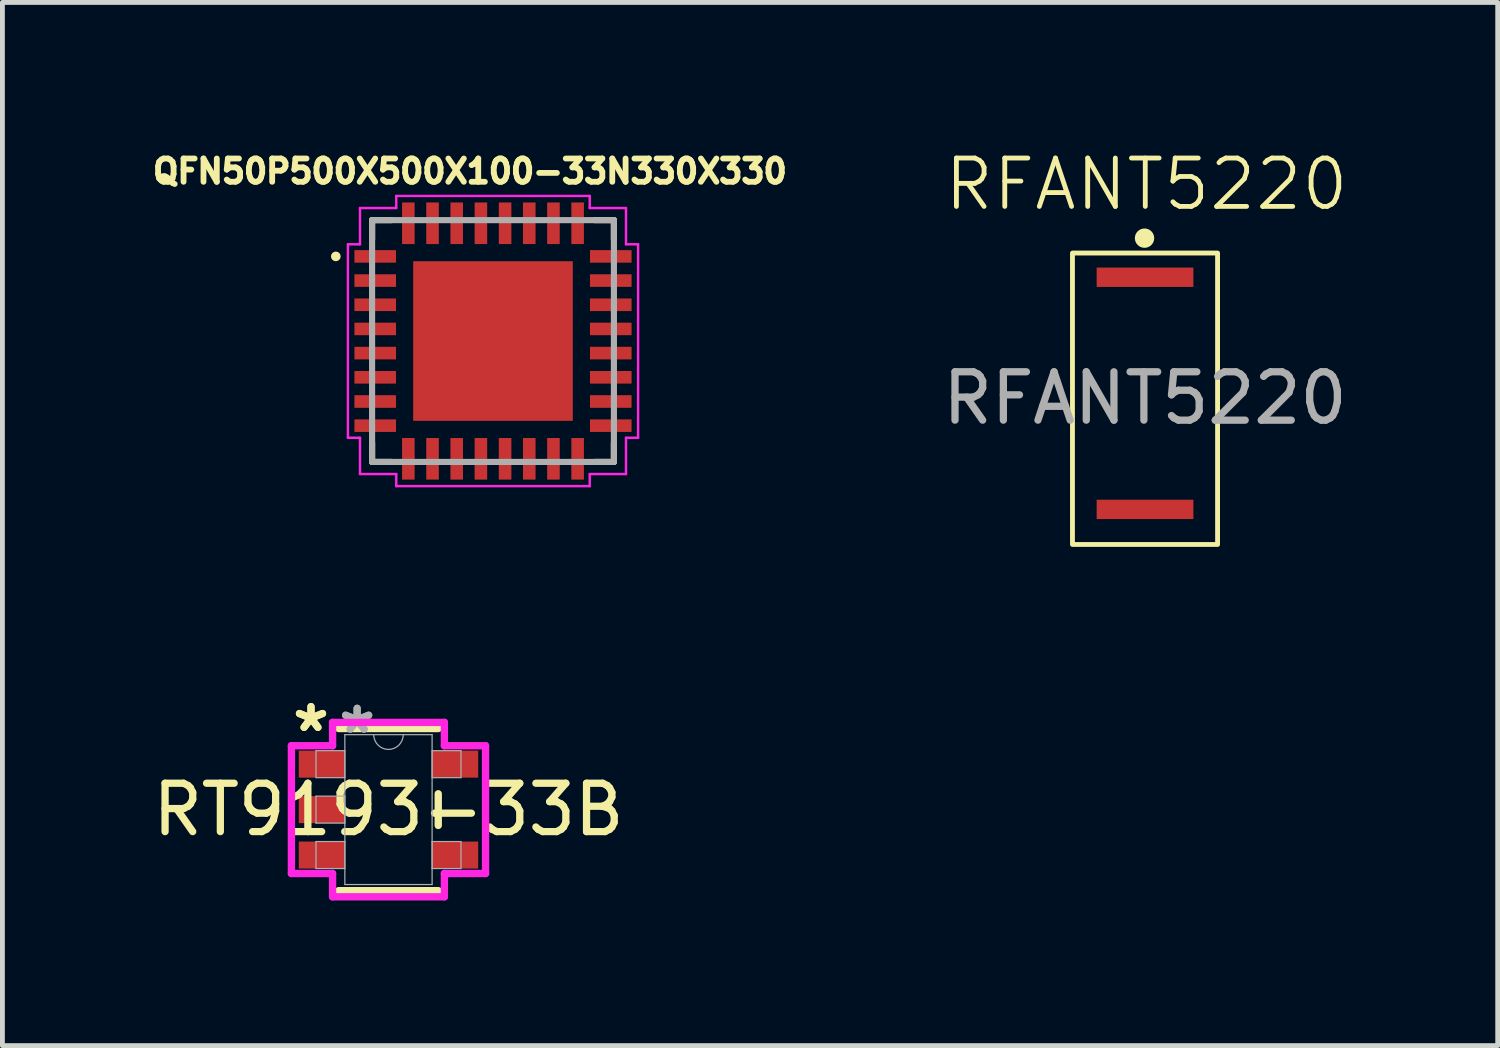
<source format=kicad_pcb>
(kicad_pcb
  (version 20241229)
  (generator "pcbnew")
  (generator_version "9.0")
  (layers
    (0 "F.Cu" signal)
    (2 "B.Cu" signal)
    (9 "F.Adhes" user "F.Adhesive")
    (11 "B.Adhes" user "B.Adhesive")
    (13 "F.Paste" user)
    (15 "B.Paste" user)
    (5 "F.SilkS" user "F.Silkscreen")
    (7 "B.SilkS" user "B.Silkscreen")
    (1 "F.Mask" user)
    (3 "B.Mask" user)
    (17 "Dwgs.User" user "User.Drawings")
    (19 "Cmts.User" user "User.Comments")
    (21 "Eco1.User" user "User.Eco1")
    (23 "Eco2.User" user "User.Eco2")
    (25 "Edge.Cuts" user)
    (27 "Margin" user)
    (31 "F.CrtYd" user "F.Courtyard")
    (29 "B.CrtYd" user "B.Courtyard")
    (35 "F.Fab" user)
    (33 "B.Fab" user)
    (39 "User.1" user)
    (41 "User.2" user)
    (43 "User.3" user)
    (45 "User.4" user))
  (footprint "RT9193-33B"
    (layer "F.Cu")
    (at 4.982 13.689)
    (property "Reference" "RT9193-33B" (at 0 0 0) (unlocked yes) (layer "F.SilkS") (effects (font (size 1 1) (thickness 0.15))))
    (attr smd)
    (fp_line (start -1.029 1.676) (end 1.029 1.676) (stroke (width 0.152) (type solid)) (layer "F.SilkS"))
    (fp_line (start 1.029 -1.676) (end -1.029 -1.676) (stroke (width 0.152) (type solid)) (layer "F.SilkS"))
    (fp_line (start 1.029 0.327) (end 1.029 -0.327) (stroke (width 0.152) (type solid)) (layer "F.SilkS"))
    (fp_line (start -2.007 -1.321) (end -1.156 -1.321) (stroke (width 0.152) (type solid)) (layer "F.CrtYd"))
    (fp_line (start -2.007 1.321) (end -2.007 -1.321) (stroke (width 0.152) (type solid)) (layer "F.CrtYd"))
    (fp_line (start -1.156 -1.803) (end 1.156 -1.803) (stroke (width 0.152) (type solid)) (layer "F.CrtYd"))
    (fp_line (start -1.156 -1.321) (end -1.156 -1.803) (stroke (width 0.152) (type solid)) (layer "F.CrtYd"))
    (fp_line (start -1.156 1.321) (end -2.007 1.321) (stroke (width 0.152) (type solid)) (layer "F.CrtYd"))
    (fp_line (start -1.156 1.803) (end -1.156 1.321) (stroke (width 0.152) (type solid)) (layer "F.CrtYd"))
    (fp_line (start 1.156 -1.803) (end 1.156 -1.321) (stroke (width 0.152) (type solid)) (layer "F.CrtYd"))
    (fp_line (start 1.156 -1.321) (end 2.007 -1.321) (stroke (width 0.152) (type solid)) (layer "F.CrtYd"))
    (fp_line (start 1.156 1.321) (end 1.156 1.803) (stroke (width 0.152) (type solid)) (layer "F.CrtYd"))
    (fp_line (start 1.156 1.803) (end -1.156 1.803) (stroke (width 0.152) (type solid)) (layer "F.CrtYd"))
    (fp_line (start 2.007 -1.321) (end 2.007 1.321) (stroke (width 0.152) (type solid)) (layer "F.CrtYd"))
    (fp_line (start 2.007 1.321) (end 1.156 1.321) (stroke (width 0.152) (type solid)) (layer "F.CrtYd"))
    (fp_line (start -1.499 -1.219) (end -1.499 -0.66) (stroke (width 0.025) (type solid)) (layer "F.Fab"))
    (fp_line (start -1.499 -0.66) (end -0.902 -0.66) (stroke (width 0.025) (type solid)) (layer "F.Fab"))
    (fp_line (start -1.499 -0.279) (end -1.499 0.279) (stroke (width 0.025) (type solid)) (layer "F.Fab"))
    (fp_line (start -1.499 0.279) (end -0.902 0.279) (stroke (width 0.025) (type solid)) (layer "F.Fab"))
    (fp_line (start -1.499 0.66) (end -1.499 1.219) (stroke (width 0.025) (type solid)) (layer "F.Fab"))
    (fp_line (start -1.499 1.219) (end -0.902 1.219) (stroke (width 0.025) (type solid)) (layer "F.Fab"))
    (fp_line (start -0.902 -1.549) (end -0.902 1.549) (stroke (width 0.025) (type solid)) (layer "F.Fab"))
    (fp_line (start -0.902 -1.219) (end -1.499 -1.219) (stroke (width 0.025) (type solid)) (layer "F.Fab"))
    (fp_line (start -0.902 -0.66) (end -0.902 -1.219) (stroke (width 0.025) (type solid)) (layer "F.Fab"))
    (fp_line (start -0.902 -0.279) (end -1.499 -0.279) (stroke (width 0.025) (type solid)) (layer "F.Fab"))
    (fp_line (start -0.902 0.279) (end -0.902 -0.279) (stroke (width 0.025) (type solid)) (layer "F.Fab"))
    (fp_line (start -0.902 0.66) (end -1.499 0.66) (stroke (width 0.025) (type solid)) (layer "F.Fab"))
    (fp_line (start -0.902 1.219) (end -0.902 0.66) (stroke (width 0.025) (type solid)) (layer "F.Fab"))
    (fp_line (start -0.902 1.549) (end 0.902 1.549) (stroke (width 0.025) (type solid)) (layer "F.Fab"))
    (fp_line (start 0.902 -1.549) (end -0.902 -1.549) (stroke (width 0.025) (type solid)) (layer "F.Fab"))
    (fp_line (start 0.902 -1.219) (end 0.902 -0.66) (stroke (width 0.025) (type solid)) (layer "F.Fab"))
    (fp_line (start 0.902 -0.66) (end 1.499 -0.66) (stroke (width 0.025) (type solid)) (layer "F.Fab"))
    (fp_line (start 0.902 0.66) (end 0.902 1.219) (stroke (width 0.025) (type solid)) (layer "F.Fab"))
    (fp_line (start 0.902 1.219) (end 1.499 1.219) (stroke (width 0.025) (type solid)) (layer "F.Fab"))
    (fp_line (start 0.902 1.549) (end 0.902 -1.549) (stroke (width 0.025) (type solid)) (layer "F.Fab"))
    (fp_line (start 1.499 -1.219) (end 0.902 -1.219) (stroke (width 0.025) (type solid)) (layer "F.Fab"))
    (fp_line (start 1.499 -0.66) (end 1.499 -1.219) (stroke (width 0.025) (type solid)) (layer "F.Fab"))
    (fp_line (start 1.499 0.66) (end 0.902 0.66) (stroke (width 0.025) (type solid)) (layer "F.Fab"))
    (fp_line (start 1.499 1.219) (end 1.499 0.66) (stroke (width 0.025) (type solid)) (layer "F.Fab"))
    (fp_arc (start 0.3048 -1.5494) (mid 0 -1.2446) (end -0.3048 -1.5494) (stroke (width 0.0254) (type solid)) (layer "F.Fab"))
    (fp_text user "*" (at -1.602 -1.584 0) (layer "F.SilkS") (effects (font (size 1 1) (thickness 0.15))))
    (fp_text user "*" (at -1.602 -1.584 0) (unlocked yes) (layer "F.SilkS") (effects (font (size 1 1) (thickness 0.15))))
    (fp_text user "*" (at -0.648 -1.549 0) (unlocked yes) (layer "F.Fab") (effects (font (size 1 1) (thickness 0.15))))
    (fp_text user "*" (at -0.648 -1.549 0) (layer "F.Fab") (effects (font (size 1 1) (thickness 0.15))))
    (pad "1" smd rect (at -1.378 -0.94) (size 0.953 0.559) (layers "F.Cu" "F.Mask" "F.Paste"))
    (pad "2" smd rect (at -1.378 0) (size 0.953 0.559) (layers "F.Cu" "F.Mask" "F.Paste"))
    (pad "3" smd rect (at -1.378 0.94) (size 0.953 0.559) (layers "F.Cu" "F.Mask" "F.Paste"))
    (pad "4" smd rect (at 1.378 0.94) (size 0.953 0.559) (layers "F.Cu" "F.Mask" "F.Paste"))
    (pad "5" smd rect (at 1.378 -0.94) (size 0.953 0.559) (layers "F.Cu" "F.Mask" "F.Paste")))
  (footprint "RFANT5220"
    (layer "F.Cu")
    (at 20.624 2.682)
    (property "Reference" "RFANT5220" (at 0.029 -1.922 0) (unlocked yes) (layer "F.SilkS") (effects (font (size 1 1) (thickness 0.1))))
    (attr smd)
    (fp_line (start -1 4.6) (end -1 0.2) (stroke (width 0.2) (type default)) (layer "F.Mask"))
    (fp_line (start 1 0.2) (end 1 4.6) (stroke (width 0.2) (type default)) (layer "F.Mask"))
    (fp_rect (start -1.5 -0.5) (end 1.5 5.525) (stroke (width 0.1) (type default)) (fill no) (layer "F.SilkS"))
    (fp_circle (center -0.01 -0.808) (end -0.01 -0.808) (stroke (width 0.2) (type default)) (fill no) (layer "F.SilkS"))
    (fp_text user "${REFERENCE}" (at 0 2.5 0) (unlocked yes) (layer "F.Fab") (effects (font (size 1 1) (thickness 0.15))))
    (pad "1" smd rect (at 0 0) (size 2 0.4) (layers "F.Cu" "F.Mask" "F.Paste"))
    (pad "2" smd rect (at 0 4.8) (size 2 0.4) (layers "F.Cu" "F.Mask" "F.Paste")))
  (footprint "QFN50P500X500X100-33N330X330"
    (layer "F.Cu")
    (at 7.143 4.001)
    (property "Reference" "QFN50P500X500X100-33N330X330" (at -0.477 -3.509 0) (layer "F.SilkS") (effects (font (size 0.481 0.481) (thickness 0.15))))
    (attr smd)
    (fp_line (start -2.5 -2.5) (end -2.1 -2.5) (stroke (width 0.127) (type solid)) (layer "F.SilkS"))
    (fp_line (start -2.5 -2.1) (end -2.5 -2.5) (stroke (width 0.127) (type solid)) (layer "F.SilkS"))
    (fp_line (start -2.5 2.5) (end -2.5 2.1) (stroke (width 0.127) (type solid)) (layer "F.SilkS"))
    (fp_line (start -2.1 2.5) (end -2.5 2.5) (stroke (width 0.127) (type solid)) (layer "F.SilkS"))
    (fp_line (start 2.1 -2.5) (end 2.5 -2.5) (stroke (width 0.127) (type solid)) (layer "F.SilkS"))
    (fp_line (start 2.5 -2.5) (end 2.5 -2.1) (stroke (width 0.127) (type solid)) (layer "F.SilkS"))
    (fp_line (start 2.5 2.1) (end 2.5 2.5) (stroke (width 0.127) (type solid)) (layer "F.SilkS"))
    (fp_line (start 2.5 2.5) (end 2.1 2.5) (stroke (width 0.127) (type solid)) (layer "F.SilkS"))
    (fp_circle (center -3.25 -1.75) (end -3.2 -1.75) (stroke (width 0.1) (type solid)) (fill no) (layer "F.SilkS"))
    (fp_poly (pts (xy -1.332 0.16) (xy -0.16 0.16) (xy -0.16 1.332) (xy -1.332 1.332)) (stroke (width 0.01) (type solid)) (fill yes) (layer "F.Paste"))
    (fp_poly (pts (xy -1.331 -1.33) (xy -0.16 -1.33) (xy -0.16 -0.16) (xy -1.331 -0.16)) (stroke (width 0.01) (type solid)) (fill yes) (layer "F.Paste"))
    (fp_poly (pts (xy 0.16 -1.33) (xy 1.33 -1.33) (xy 1.33 -0.16) (xy 0.16 -0.16)) (stroke (width 0.01) (type solid)) (fill yes) (layer "F.Paste"))
    (fp_poly (pts (xy 0.16 0.16) (xy 1.33 0.16) (xy 1.33 1.332) (xy 0.16 1.332)) (stroke (width 0.01) (type solid)) (fill yes) (layer "F.Paste"))
    (fp_line (start -3 -2) (end -2.75 -2) (stroke (width 0.05) (type solid)) (layer "F.CrtYd"))
    (fp_line (start -3 2) (end -3 -2) (stroke (width 0.05) (type solid)) (layer "F.CrtYd"))
    (fp_line (start -2.75 -2.75) (end -2 -2.75) (stroke (width 0.05) (type solid)) (layer "F.CrtYd"))
    (fp_line (start -2.75 -2) (end -2.75 -2.75) (stroke (width 0.05) (type solid)) (layer "F.CrtYd"))
    (fp_line (start -2.75 2) (end -3 2) (stroke (width 0.05) (type solid)) (layer "F.CrtYd"))
    (fp_line (start -2.75 2.75) (end -2.75 2) (stroke (width 0.05) (type solid)) (layer "F.CrtYd"))
    (fp_line (start -2 -3) (end 2 -3) (stroke (width 0.05) (type solid)) (layer "F.CrtYd"))
    (fp_line (start -2 -2.75) (end -2 -3) (stroke (width 0.05) (type solid)) (layer "F.CrtYd"))
    (fp_line (start -2 2.75) (end -2.75 2.75) (stroke (width 0.05) (type solid)) (layer "F.CrtYd"))
    (fp_line (start -2 3) (end -2 2.75) (stroke (width 0.05) (type solid)) (layer "F.CrtYd"))
    (fp_line (start 2 -3) (end 2 -2.75) (stroke (width 0.05) (type solid)) (layer "F.CrtYd"))
    (fp_line (start 2 -2.75) (end 2.75 -2.75) (stroke (width 0.05) (type solid)) (layer "F.CrtYd"))
    (fp_line (start 2 2.75) (end 2 3) (stroke (width 0.05) (type solid)) (layer "F.CrtYd"))
    (fp_line (start 2 3) (end -2 3) (stroke (width 0.05) (type solid)) (layer "F.CrtYd"))
    (fp_line (start 2.75 -2.75) (end 2.75 -2) (stroke (width 0.05) (type solid)) (layer "F.CrtYd"))
    (fp_line (start 2.75 -2) (end 3 -2) (stroke (width 0.05) (type solid)) (layer "F.CrtYd"))
    (fp_line (start 2.75 2) (end 2.75 2.75) (stroke (width 0.05) (type solid)) (layer "F.CrtYd"))
    (fp_line (start 2.75 2.75) (end 2 2.75) (stroke (width 0.05) (type solid)) (layer "F.CrtYd"))
    (fp_line (start 3 -2) (end 3 2) (stroke (width 0.05) (type solid)) (layer "F.CrtYd"))
    (fp_line (start 3 2) (end 2.75 2) (stroke (width 0.05) (type solid)) (layer "F.CrtYd"))
    (fp_line (start -2.5 -2.5) (end 2.5 -2.5) (stroke (width 0.127) (type solid)) (layer "F.Fab"))
    (fp_line (start -2.5 2.5) (end -2.5 -2.5) (stroke (width 0.127) (type solid)) (layer "F.Fab"))
    (fp_line (start 2.5 -2.5) (end 2.5 2.5) (stroke (width 0.127) (type solid)) (layer "F.Fab"))
    (fp_line (start 2.5 2.5) (end -2.5 2.5) (stroke (width 0.127) (type solid)) (layer "F.Fab"))
    (pad "1" smd roundrect (at -2.435 -1.75) (size 0.86 0.26) (layers "F.Cu" "F.Mask" "F.Paste") (roundrect_rratio 0.01))
    (pad "2" smd roundrect (at -2.435 -1.25) (size 0.86 0.26) (layers "F.Cu" "F.Mask" "F.Paste") (roundrect_rratio 0.01))
    (pad "3" smd roundrect (at -2.435 -0.75) (size 0.86 0.26) (layers "F.Cu" "F.Mask" "F.Paste") (roundrect_rratio 0.01))
    (pad "4" smd roundrect (at -2.435 -0.25) (size 0.86 0.26) (layers "F.Cu" "F.Mask" "F.Paste") (roundrect_rratio 0.01))
    (pad "5" smd roundrect (at -2.435 0.25) (size 0.86 0.26) (layers "F.Cu" "F.Mask" "F.Paste") (roundrect_rratio 0.01))
    (pad "6" smd roundrect (at -2.435 0.75) (size 0.86 0.26) (layers "F.Cu" "F.Mask" "F.Paste") (roundrect_rratio 0.01))
    (pad "7" smd roundrect (at -2.435 1.25) (size 0.86 0.26) (layers "F.Cu" "F.Mask" "F.Paste") (roundrect_rratio 0.01))
    (pad "8" smd roundrect (at -2.435 1.75) (size 0.86 0.26) (layers "F.Cu" "F.Mask" "F.Paste") (roundrect_rratio 0.01))
    (pad "9" smd roundrect (at -1.75 2.435 90) (size 0.86 0.26) (layers "F.Cu" "F.Mask" "F.Paste") (roundrect_rratio 0.01))
    (pad "10" smd roundrect (at -1.25 2.435 90) (size 0.86 0.26) (layers "F.Cu" "F.Mask" "F.Paste") (roundrect_rratio 0.01))
    (pad "11" smd roundrect (at -0.75 2.435 90) (size 0.86 0.26) (layers "F.Cu" "F.Mask" "F.Paste") (roundrect_rratio 0.01))
    (pad "12" smd roundrect (at -0.25 2.435 90) (size 0.86 0.26) (layers "F.Cu" "F.Mask" "F.Paste") (roundrect_rratio 0.01))
    (pad "13" smd roundrect (at 0.25 2.435 90) (size 0.86 0.26) (layers "F.Cu" "F.Mask" "F.Paste") (roundrect_rratio 0.01))
    (pad "14" smd roundrect (at 0.75 2.435 90) (size 0.86 0.26) (layers "F.Cu" "F.Mask" "F.Paste") (roundrect_rratio 0.01))
    (pad "15" smd roundrect (at 1.25 2.435 90) (size 0.86 0.26) (layers "F.Cu" "F.Mask" "F.Paste") (roundrect_rratio 0.01))
    (pad "16" smd roundrect (at 1.75 2.435 90) (size 0.86 0.26) (layers "F.Cu" "F.Mask" "F.Paste") (roundrect_rratio 0.01))
    (pad "17" smd roundrect (at 2.435 1.75 180) (size 0.86 0.26) (layers "F.Cu" "F.Mask" "F.Paste") (roundrect_rratio 0.01))
    (pad "18" smd roundrect (at 2.435 1.25 180) (size 0.86 0.26) (layers "F.Cu" "F.Mask" "F.Paste") (roundrect_rratio 0.01))
    (pad "19" smd roundrect (at 2.435 0.75 180) (size 0.86 0.26) (layers "F.Cu" "F.Mask" "F.Paste") (roundrect_rratio 0.01))
    (pad "20" smd roundrect (at 2.435 0.25 180) (size 0.86 0.26) (layers "F.Cu" "F.Mask" "F.Paste") (roundrect_rratio 0.01))
    (pad "21" smd roundrect (at 2.435 -0.25 180) (size 0.86 0.26) (layers "F.Cu" "F.Mask" "F.Paste") (roundrect_rratio 0.01))
    (pad "22" smd roundrect (at 2.435 -0.75 180) (size 0.86 0.26) (layers "F.Cu" "F.Mask" "F.Paste") (roundrect_rratio 0.01))
    (pad "23" smd roundrect (at 2.435 -1.25 180) (size 0.86 0.26) (layers "F.Cu" "F.Mask" "F.Paste") (roundrect_rratio 0.01))
    (pad "24" smd roundrect (at 2.435 -1.75 180) (size 0.86 0.26) (layers "F.Cu" "F.Mask" "F.Paste") (roundrect_rratio 0.01))
    (pad "25" smd roundrect (at 1.75 -2.435 270) (size 0.86 0.26) (layers "F.Cu" "F.Mask" "F.Paste") (roundrect_rratio 0.01))
    (pad "26" smd roundrect (at 1.25 -2.435 270) (size 0.86 0.26) (layers "F.Cu" "F.Mask" "F.Paste") (roundrect_rratio 0.01))
    (pad "27" smd roundrect (at 0.75 -2.435 270) (size 0.86 0.26) (layers "F.Cu" "F.Mask" "F.Paste") (roundrect_rratio 0.01))
    (pad "28" smd roundrect (at 0.25 -2.435 270) (size 0.86 0.26) (layers "F.Cu" "F.Mask" "F.Paste") (roundrect_rratio 0.01))
    (pad "29" smd roundrect (at -0.25 -2.435 270) (size 0.86 0.26) (layers "F.Cu" "F.Mask" "F.Paste") (roundrect_rratio 0.01))
    (pad "30" smd roundrect (at -0.75 -2.435 270) (size 0.86 0.26) (layers "F.Cu" "F.Mask" "F.Paste") (roundrect_rratio 0.01))
    (pad "31" smd roundrect (at -1.25 -2.435 270) (size 0.86 0.26) (layers "F.Cu" "F.Mask" "F.Paste") (roundrect_rratio 0.01))
    (pad "32" smd roundrect (at -1.75 -2.435 270) (size 0.86 0.26) (layers "F.Cu" "F.Mask" "F.Paste") (roundrect_rratio 0.01))
    (pad "33" smd rect (at 0 0) (size 3.3 3.3) (layers "F.Cu" "F.Mask")))
  (gr_rect
    (start -3 -3)
    (end 27.916 18.569)
    (stroke (width 0.1) (type default))
    (fill no)
    (layer "Edge.Cuts")))
</source>
